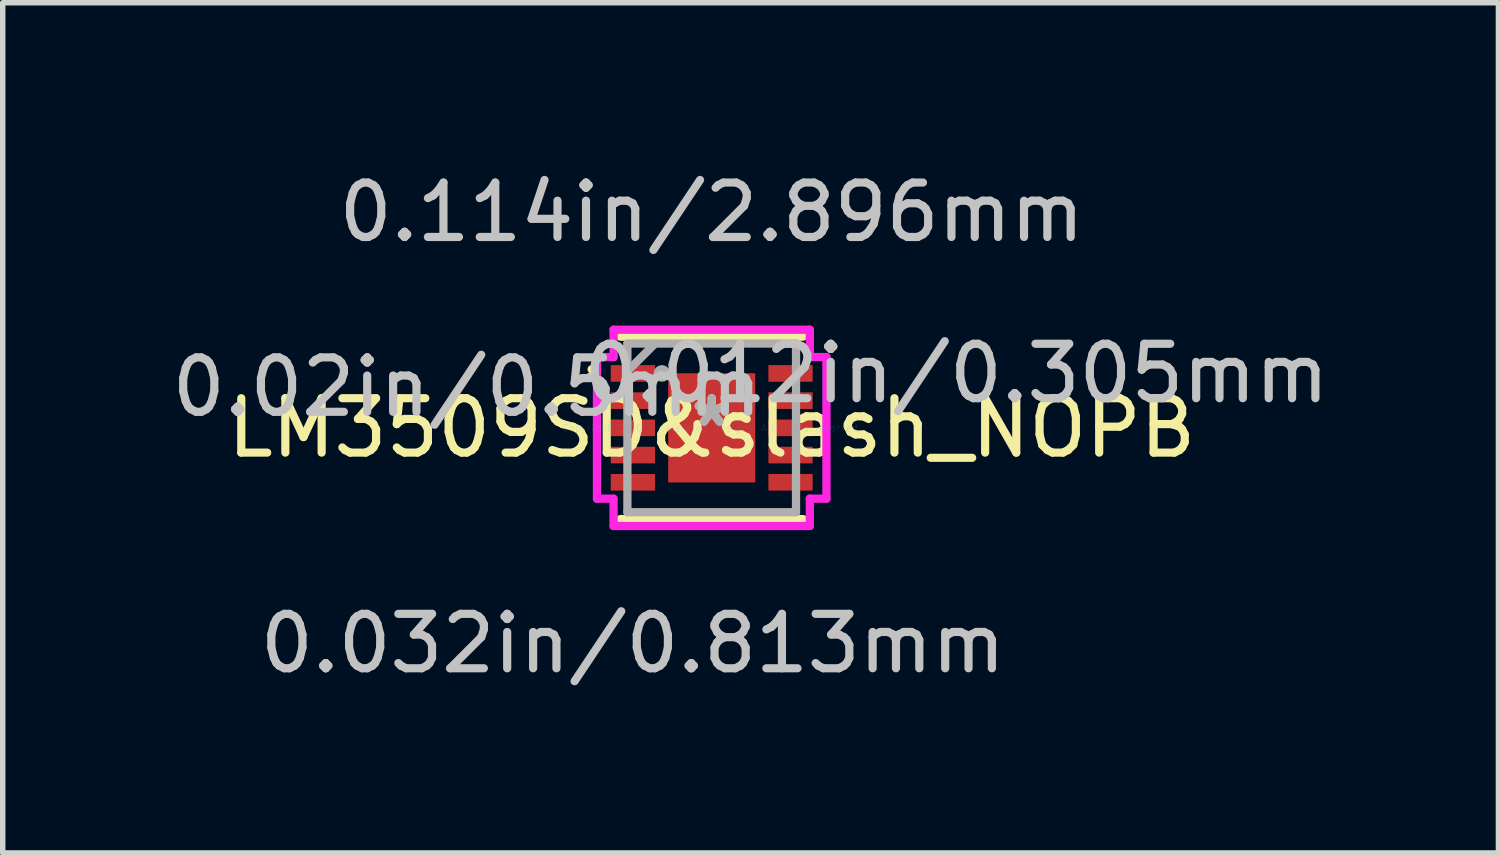
<source format=kicad_pcb>
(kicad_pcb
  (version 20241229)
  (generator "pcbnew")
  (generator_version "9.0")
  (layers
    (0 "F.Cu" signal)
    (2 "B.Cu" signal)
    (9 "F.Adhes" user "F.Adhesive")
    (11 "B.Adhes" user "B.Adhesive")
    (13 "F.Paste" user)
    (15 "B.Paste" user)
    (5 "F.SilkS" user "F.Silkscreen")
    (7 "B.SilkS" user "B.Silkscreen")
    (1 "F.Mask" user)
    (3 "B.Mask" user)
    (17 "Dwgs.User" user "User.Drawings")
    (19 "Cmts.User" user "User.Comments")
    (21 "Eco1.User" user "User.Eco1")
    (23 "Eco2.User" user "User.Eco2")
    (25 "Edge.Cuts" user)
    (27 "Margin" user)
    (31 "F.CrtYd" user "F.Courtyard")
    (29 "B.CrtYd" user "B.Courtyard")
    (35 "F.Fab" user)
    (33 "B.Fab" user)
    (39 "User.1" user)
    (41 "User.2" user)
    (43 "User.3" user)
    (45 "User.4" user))
  (footprint "LM3509SD&slash_NOPB"
    (layer "F.Cu")
    (at 10.026 4.811)
    (property "Reference" "LM3509SD&slash_NOPB" (at 0 0 0) (layer "F.SilkS") (effects (font (size 1 1) (thickness 0.15))))
    (attr through_hole)
    (fp_line (start -1.676 1.676) (end 1.676 1.676) (stroke (width 0.152) (type solid)) (layer "F.SilkS"))
    (fp_line (start 1.676 -1.676) (end -1.676 -1.676) (stroke (width 0.152) (type solid)) (layer "F.SilkS"))
    (fp_arc (start -2.2058 -1.0762) (mid -2.131971 -0.98114) (end -2.242346 -0.933136) (stroke (width 0.1524) (type solid)) (layer "F.SilkS"))
    (fp_line (start -0.8 -1.003) (end -0.8 1.003) (stroke (width 0.152) (type solid)) (layer "F.Paste"))
    (fp_line (start -0.8 1.003) (end 0.8 1.003) (stroke (width 0.152) (type solid)) (layer "F.Paste"))
    (fp_line (start 0.8 -1.003) (end -0.8 -1.003) (stroke (width 0.152) (type solid)) (layer "F.Paste"))
    (fp_line (start 0.8 1.003) (end 0.8 -1.003) (stroke (width 0.152) (type solid)) (layer "F.Paste"))
    (fp_line (start -2.108 -1.301) (end -1.803 -1.301) (stroke (width 0.152) (type solid)) (layer "F.CrtYd"))
    (fp_line (start -2.108 1.301) (end -2.108 -1.301) (stroke (width 0.152) (type solid)) (layer "F.CrtYd"))
    (fp_line (start -1.803 -1.803) (end 1.803 -1.803) (stroke (width 0.152) (type solid)) (layer "F.CrtYd"))
    (fp_line (start -1.803 -1.301) (end -1.803 -1.803) (stroke (width 0.152) (type solid)) (layer "F.CrtYd"))
    (fp_line (start -1.803 1.301) (end -2.108 1.301) (stroke (width 0.152) (type solid)) (layer "F.CrtYd"))
    (fp_line (start -1.803 1.803) (end -1.803 1.301) (stroke (width 0.152) (type solid)) (layer "F.CrtYd"))
    (fp_line (start 1.803 -1.803) (end 1.803 -1.301) (stroke (width 0.152) (type solid)) (layer "F.CrtYd"))
    (fp_line (start 1.803 -1.301) (end 2.108 -1.301) (stroke (width 0.152) (type solid)) (layer "F.CrtYd"))
    (fp_line (start 1.803 1.301) (end 1.803 1.803) (stroke (width 0.152) (type solid)) (layer "F.CrtYd"))
    (fp_line (start 1.803 1.803) (end -1.803 1.803) (stroke (width 0.152) (type solid)) (layer "F.CrtYd"))
    (fp_line (start 2.108 -1.301) (end 2.108 1.301) (stroke (width 0.152) (type solid)) (layer "F.CrtYd"))
    (fp_line (start 2.108 1.301) (end 1.803 1.301) (stroke (width 0.152) (type solid)) (layer "F.CrtYd"))
    (fp_line (start -1.549 -1.549) (end -1.549 1.549) (stroke (width 0.152) (type solid)) (layer "F.Fab"))
    (fp_line (start -1.549 1.549) (end 1.549 1.549) (stroke (width 0.152) (type solid)) (layer "F.Fab"))
    (fp_line (start -1.041 -1.549) (end -1.549 -1.041) (stroke (width 0.152) (type solid)) (layer "F.Fab"))
    (fp_line (start 1.549 -1.549) (end -1.549 -1.549) (stroke (width 0.152) (type solid)) (layer "F.Fab"))
    (fp_line (start 1.549 1.549) (end 1.549 -1.549) (stroke (width 0.152) (type solid)) (layer "F.Fab"))
    (fp_circle (center -0.914 -1) (end -0.838 -1) (stroke (width 0.152) (type solid)) (fill no) (layer "F.Fab"))
    (fp_text user "*" (at 0 0 0) (layer "F.SilkS") (effects (font (size 1 1) (thickness 0.15))))
    (fp_text user "0.012in/0.305mm" (at 4.496 -1 0) (layer "Dwgs.User") (effects (font (size 1 1) (thickness 0.15))))
    (fp_text user "0.032in/0.813mm" (at -1.448 3.962 0) (layer "Dwgs.User") (effects (font (size 1 1) (thickness 0.15))))
    (fp_text user "0.02in/0.5mm" (at -4.496 -0.75 0) (layer "Dwgs.User") (effects (font (size 1 1) (thickness 0.15))))
    (fp_text user "0.114in/2.896mm" (at 0 -3.962 0) (layer "Dwgs.User") (effects (font (size 1 1) (thickness 0.15))))
    (fp_text user "Copyright 2016 Accelerated Designs. All rights reserved." (at 0 0 0) (layer "Cmts.User") (effects (font (size 0.127 0.127) (thickness 0.002))))
    (fp_text user "*" (at 0 0 0) (layer "F.Fab") (effects (font (size 1 1) (thickness 0.15))))
    (pad "1" smd rect (at -1.448 -1) (size 0.813 0.305) (layers "F.Cu" "F.Mask" "F.Paste"))
    (pad "2" smd rect (at -1.448 -0.5) (size 0.813 0.305) (layers "F.Cu" "F.Mask" "F.Paste"))
    (pad "3" smd rect (at -1.448 0) (size 0.813 0.305) (layers "F.Cu" "F.Mask" "F.Paste"))
    (pad "4" smd rect (at -1.448 0.5) (size 0.813 0.305) (layers "F.Cu" "F.Mask" "F.Paste"))
    (pad "5" smd rect (at -1.448 1) (size 0.813 0.305) (layers "F.Cu" "F.Mask" "F.Paste"))
    (pad "6" smd rect (at 1.448 1) (size 0.813 0.305) (layers "F.Cu" "F.Mask" "F.Paste"))
    (pad "7" smd rect (at 1.448 0.5) (size 0.813 0.305) (layers "F.Cu" "F.Mask" "F.Paste"))
    (pad "8" smd rect (at 1.448 0) (size 0.813 0.305) (layers "F.Cu" "F.Mask" "F.Paste"))
    (pad "9" smd rect (at 1.448 -0.5) (size 0.813 0.305) (layers "F.Cu" "F.Mask" "F.Paste"))
    (pad "10" smd rect (at 1.448 -1) (size 0.813 0.305) (layers "F.Cu" "F.Mask" "F.Paste"))
    (pad "11" smd rect (at 0 0) (size 1.6 2.007) (layers "F.Cu" "F.Mask" "F.Paste")))
  (gr_rect
    (start -3 -3)
    (end 24.48 12.621)
    (stroke (width 0.1) (type default))
    (fill no)
    (layer "Edge.Cuts")))
</source>
